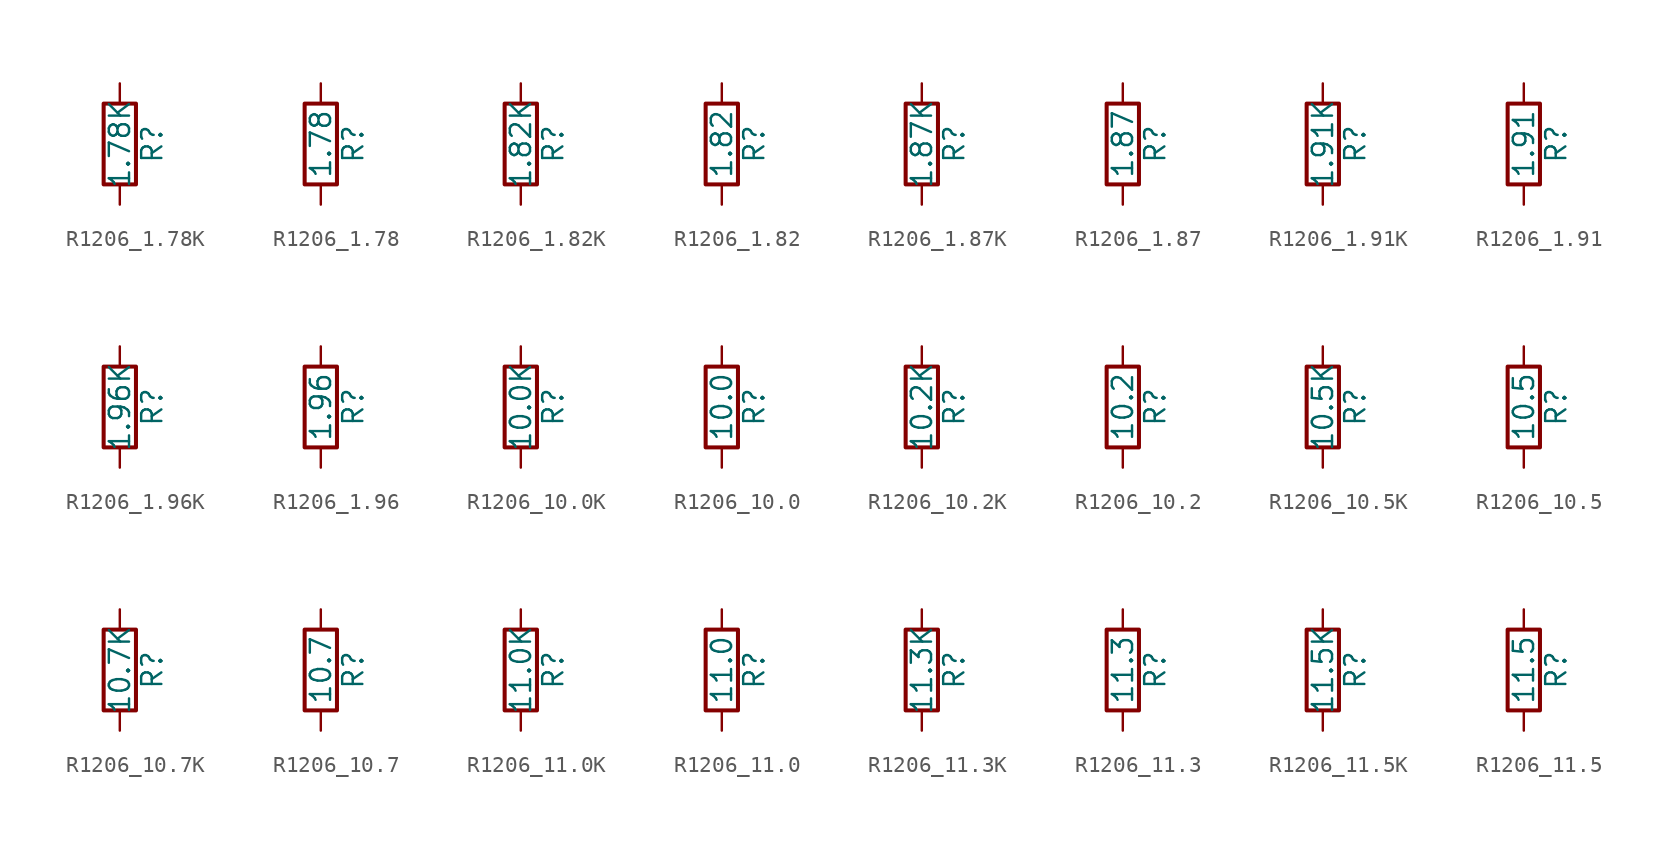
<source format=kicad_sym>
(kicad_symbol_lib
  (version 20211014)
  (generator atlantix-eda)
  (symbol "R1206_1.78K"
    (pin_numbers hide)
    (pin_names
      (offset 0))
    (property "Reference" "R"
      (at 2.032 0 90)
      (effects (font (size 1.27 1.27))))
    (property "Value" "1.78K"
      (at 0 0 90)
      (effects (font (size 1.27 1.27))))
    (symbol "R1206_1.78K_0_1"
      (rectangle (start -1.016 -2.54) (end 1.016 2.54) (stroke (width 0.254) (type default) (color 0 0 0 0)) (fill (type none))))
    (symbol "R1206_1.78K_1_1"
      (pin passive line (at 0 3.81 270) (length 1.27) (name "~" (effects (font (size 1.27 1.27)))) (number "1" (effects (font (size 1.27 1.27)))))
      (pin passive line (at 0 -3.81 90) (length 1.27) (name "~" (effects (font (size 1.27 1.27)))) (number "2" (effects (font (size 1.27 1.27)))))))
  (symbol "R1206_1.78"
    (pin_numbers hide)
    (pin_names
      (offset 0))
    (property "Reference" "R"
      (at 2.032 0 90)
      (effects (font (size 1.27 1.27))))
    (property "Value" "1.78"
      (at 0 0 90)
      (effects (font (size 1.27 1.27))))
    (symbol "R1206_1.78_0_1"
      (rectangle (start -1.016 -2.54) (end 1.016 2.54) (stroke (width 0.254) (type default) (color 0 0 0 0)) (fill (type none))))
    (symbol "R1206_1.78_1_1"
      (pin passive line (at 0 3.81 270) (length 1.27) (name "~" (effects (font (size 1.27 1.27)))) (number "1" (effects (font (size 1.27 1.27)))))
      (pin passive line (at 0 -3.81 90) (length 1.27) (name "~" (effects (font (size 1.27 1.27)))) (number "2" (effects (font (size 1.27 1.27)))))))
  (symbol "R1206_1.82K"
    (pin_numbers hide)
    (pin_names
      (offset 0))
    (property "Reference" "R"
      (at 2.032 0 90)
      (effects (font (size 1.27 1.27))))
    (property "Value" "1.82K"
      (at 0 0 90)
      (effects (font (size 1.27 1.27))))
    (symbol "R1206_1.82K_0_1"
      (rectangle (start -1.016 -2.54) (end 1.016 2.54) (stroke (width 0.254) (type default) (color 0 0 0 0)) (fill (type none))))
    (symbol "R1206_1.82K_1_1"
      (pin passive line (at 0 3.81 270) (length 1.27) (name "~" (effects (font (size 1.27 1.27)))) (number "1" (effects (font (size 1.27 1.27)))))
      (pin passive line (at 0 -3.81 90) (length 1.27) (name "~" (effects (font (size 1.27 1.27)))) (number "2" (effects (font (size 1.27 1.27)))))))
  (symbol "R1206_1.82"
    (pin_numbers hide)
    (pin_names
      (offset 0))
    (property "Reference" "R"
      (at 2.032 0 90)
      (effects (font (size 1.27 1.27))))
    (property "Value" "1.82"
      (at 0 0 90)
      (effects (font (size 1.27 1.27))))
    (symbol "R1206_1.82_0_1"
      (rectangle (start -1.016 -2.54) (end 1.016 2.54) (stroke (width 0.254) (type default) (color 0 0 0 0)) (fill (type none))))
    (symbol "R1206_1.82_1_1"
      (pin passive line (at 0 3.81 270) (length 1.27) (name "~" (effects (font (size 1.27 1.27)))) (number "1" (effects (font (size 1.27 1.27)))))
      (pin passive line (at 0 -3.81 90) (length 1.27) (name "~" (effects (font (size 1.27 1.27)))) (number "2" (effects (font (size 1.27 1.27)))))))
  (symbol "R1206_1.87K"
    (pin_numbers hide)
    (pin_names
      (offset 0))
    (property "Reference" "R"
      (at 2.032 0 90)
      (effects (font (size 1.27 1.27))))
    (property "Value" "1.87K"
      (at 0 0 90)
      (effects (font (size 1.27 1.27))))
    (symbol "R1206_1.87K_0_1"
      (rectangle (start -1.016 -2.54) (end 1.016 2.54) (stroke (width 0.254) (type default) (color 0 0 0 0)) (fill (type none))))
    (symbol "R1206_1.87K_1_1"
      (pin passive line (at 0 3.81 270) (length 1.27) (name "~" (effects (font (size 1.27 1.27)))) (number "1" (effects (font (size 1.27 1.27)))))
      (pin passive line (at 0 -3.81 90) (length 1.27) (name "~" (effects (font (size 1.27 1.27)))) (number "2" (effects (font (size 1.27 1.27)))))))
  (symbol "R1206_1.87"
    (pin_numbers hide)
    (pin_names
      (offset 0))
    (property "Reference" "R"
      (at 2.032 0 90)
      (effects (font (size 1.27 1.27))))
    (property "Value" "1.87"
      (at 0 0 90)
      (effects (font (size 1.27 1.27))))
    (symbol "R1206_1.87_0_1"
      (rectangle (start -1.016 -2.54) (end 1.016 2.54) (stroke (width 0.254) (type default) (color 0 0 0 0)) (fill (type none))))
    (symbol "R1206_1.87_1_1"
      (pin passive line (at 0 3.81 270) (length 1.27) (name "~" (effects (font (size 1.27 1.27)))) (number "1" (effects (font (size 1.27 1.27)))))
      (pin passive line (at 0 -3.81 90) (length 1.27) (name "~" (effects (font (size 1.27 1.27)))) (number "2" (effects (font (size 1.27 1.27)))))))
  (symbol "R1206_1.91K"
    (pin_numbers hide)
    (pin_names
      (offset 0))
    (property "Reference" "R"
      (at 2.032 0 90)
      (effects (font (size 1.27 1.27))))
    (property "Value" "1.91K"
      (at 0 0 90)
      (effects (font (size 1.27 1.27))))
    (symbol "R1206_1.91K_0_1"
      (rectangle (start -1.016 -2.54) (end 1.016 2.54) (stroke (width 0.254) (type default) (color 0 0 0 0)) (fill (type none))))
    (symbol "R1206_1.91K_1_1"
      (pin passive line (at 0 3.81 270) (length 1.27) (name "~" (effects (font (size 1.27 1.27)))) (number "1" (effects (font (size 1.27 1.27)))))
      (pin passive line (at 0 -3.81 90) (length 1.27) (name "~" (effects (font (size 1.27 1.27)))) (number "2" (effects (font (size 1.27 1.27)))))))
  (symbol "R1206_1.91"
    (pin_numbers hide)
    (pin_names
      (offset 0))
    (property "Reference" "R"
      (at 2.032 0 90)
      (effects (font (size 1.27 1.27))))
    (property "Value" "1.91"
      (at 0 0 90)
      (effects (font (size 1.27 1.27))))
    (symbol "R1206_1.91_0_1"
      (rectangle (start -1.016 -2.54) (end 1.016 2.54) (stroke (width 0.254) (type default) (color 0 0 0 0)) (fill (type none))))
    (symbol "R1206_1.91_1_1"
      (pin passive line (at 0 3.81 270) (length 1.27) (name "~" (effects (font (size 1.27 1.27)))) (number "1" (effects (font (size 1.27 1.27)))))
      (pin passive line (at 0 -3.81 90) (length 1.27) (name "~" (effects (font (size 1.27 1.27)))) (number "2" (effects (font (size 1.27 1.27)))))))
  (symbol "R1206_1.96K"
    (pin_numbers hide)
    (pin_names
      (offset 0))
    (property "Reference" "R"
      (at 2.032 0 90)
      (effects (font (size 1.27 1.27))))
    (property "Value" "1.96K"
      (at 0 0 90)
      (effects (font (size 1.27 1.27))))
    (symbol "R1206_1.96K_0_1"
      (rectangle (start -1.016 -2.54) (end 1.016 2.54) (stroke (width 0.254) (type default) (color 0 0 0 0)) (fill (type none))))
    (symbol "R1206_1.96K_1_1"
      (pin passive line (at 0 3.81 270) (length 1.27) (name "~" (effects (font (size 1.27 1.27)))) (number "1" (effects (font (size 1.27 1.27)))))
      (pin passive line (at 0 -3.81 90) (length 1.27) (name "~" (effects (font (size 1.27 1.27)))) (number "2" (effects (font (size 1.27 1.27)))))))
  (symbol "R1206_1.96"
    (pin_numbers hide)
    (pin_names
      (offset 0))
    (property "Reference" "R"
      (at 2.032 0 90)
      (effects (font (size 1.27 1.27))))
    (property "Value" "1.96"
      (at 0 0 90)
      (effects (font (size 1.27 1.27))))
    (symbol "R1206_1.96_0_1"
      (rectangle (start -1.016 -2.54) (end 1.016 2.54) (stroke (width 0.254) (type default) (color 0 0 0 0)) (fill (type none))))
    (symbol "R1206_1.96_1_1"
      (pin passive line (at 0 3.81 270) (length 1.27) (name "~" (effects (font (size 1.27 1.27)))) (number "1" (effects (font (size 1.27 1.27)))))
      (pin passive line (at 0 -3.81 90) (length 1.27) (name "~" (effects (font (size 1.27 1.27)))) (number "2" (effects (font (size 1.27 1.27)))))))
  (symbol "R1206_10.0K"
    (pin_numbers hide)
    (pin_names
      (offset 0))
    (property "Reference" "R"
      (at 2.032 0 90)
      (effects (font (size 1.27 1.27))))
    (property "Value" "10.0K"
      (at 0 0 90)
      (effects (font (size 1.27 1.27))))
    (symbol "R1206_10.0K_0_1"
      (rectangle (start -1.016 -2.54) (end 1.016 2.54) (stroke (width 0.254) (type default) (color 0 0 0 0)) (fill (type none))))
    (symbol "R1206_10.0K_1_1"
      (pin passive line (at 0 3.81 270) (length 1.27) (name "~" (effects (font (size 1.27 1.27)))) (number "1" (effects (font (size 1.27 1.27)))))
      (pin passive line (at 0 -3.81 90) (length 1.27) (name "~" (effects (font (size 1.27 1.27)))) (number "2" (effects (font (size 1.27 1.27)))))))
  (symbol "R1206_10.0"
    (pin_numbers hide)
    (pin_names
      (offset 0))
    (property "Reference" "R"
      (at 2.032 0 90)
      (effects (font (size 1.27 1.27))))
    (property "Value" "10.0"
      (at 0 0 90)
      (effects (font (size 1.27 1.27))))
    (symbol "R1206_10.0_0_1"
      (rectangle (start -1.016 -2.54) (end 1.016 2.54) (stroke (width 0.254) (type default) (color 0 0 0 0)) (fill (type none))))
    (symbol "R1206_10.0_1_1"
      (pin passive line (at 0 3.81 270) (length 1.27) (name "~" (effects (font (size 1.27 1.27)))) (number "1" (effects (font (size 1.27 1.27)))))
      (pin passive line (at 0 -3.81 90) (length 1.27) (name "~" (effects (font (size 1.27 1.27)))) (number "2" (effects (font (size 1.27 1.27)))))))
  (symbol "R1206_10.2K"
    (pin_numbers hide)
    (pin_names
      (offset 0))
    (property "Reference" "R"
      (at 2.032 0 90)
      (effects (font (size 1.27 1.27))))
    (property "Value" "10.2K"
      (at 0 0 90)
      (effects (font (size 1.27 1.27))))
    (symbol "R1206_10.2K_0_1"
      (rectangle (start -1.016 -2.54) (end 1.016 2.54) (stroke (width 0.254) (type default) (color 0 0 0 0)) (fill (type none))))
    (symbol "R1206_10.2K_1_1"
      (pin passive line (at 0 3.81 270) (length 1.27) (name "~" (effects (font (size 1.27 1.27)))) (number "1" (effects (font (size 1.27 1.27)))))
      (pin passive line (at 0 -3.81 90) (length 1.27) (name "~" (effects (font (size 1.27 1.27)))) (number "2" (effects (font (size 1.27 1.27)))))))
  (symbol "R1206_10.2"
    (pin_numbers hide)
    (pin_names
      (offset 0))
    (property "Reference" "R"
      (at 2.032 0 90)
      (effects (font (size 1.27 1.27))))
    (property "Value" "10.2"
      (at 0 0 90)
      (effects (font (size 1.27 1.27))))
    (symbol "R1206_10.2_0_1"
      (rectangle (start -1.016 -2.54) (end 1.016 2.54) (stroke (width 0.254) (type default) (color 0 0 0 0)) (fill (type none))))
    (symbol "R1206_10.2_1_1"
      (pin passive line (at 0 3.81 270) (length 1.27) (name "~" (effects (font (size 1.27 1.27)))) (number "1" (effects (font (size 1.27 1.27)))))
      (pin passive line (at 0 -3.81 90) (length 1.27) (name "~" (effects (font (size 1.27 1.27)))) (number "2" (effects (font (size 1.27 1.27)))))))
  (symbol "R1206_10.5K"
    (pin_numbers hide)
    (pin_names
      (offset 0))
    (property "Reference" "R"
      (at 2.032 0 90)
      (effects (font (size 1.27 1.27))))
    (property "Value" "10.5K"
      (at 0 0 90)
      (effects (font (size 1.27 1.27))))
    (symbol "R1206_10.5K_0_1"
      (rectangle (start -1.016 -2.54) (end 1.016 2.54) (stroke (width 0.254) (type default) (color 0 0 0 0)) (fill (type none))))
    (symbol "R1206_10.5K_1_1"
      (pin passive line (at 0 3.81 270) (length 1.27) (name "~" (effects (font (size 1.27 1.27)))) (number "1" (effects (font (size 1.27 1.27)))))
      (pin passive line (at 0 -3.81 90) (length 1.27) (name "~" (effects (font (size 1.27 1.27)))) (number "2" (effects (font (size 1.27 1.27)))))))
  (symbol "R1206_10.5"
    (pin_numbers hide)
    (pin_names
      (offset 0))
    (property "Reference" "R"
      (at 2.032 0 90)
      (effects (font (size 1.27 1.27))))
    (property "Value" "10.5"
      (at 0 0 90)
      (effects (font (size 1.27 1.27))))
    (symbol "R1206_10.5_0_1"
      (rectangle (start -1.016 -2.54) (end 1.016 2.54) (stroke (width 0.254) (type default) (color 0 0 0 0)) (fill (type none))))
    (symbol "R1206_10.5_1_1"
      (pin passive line (at 0 3.81 270) (length 1.27) (name "~" (effects (font (size 1.27 1.27)))) (number "1" (effects (font (size 1.27 1.27)))))
      (pin passive line (at 0 -3.81 90) (length 1.27) (name "~" (effects (font (size 1.27 1.27)))) (number "2" (effects (font (size 1.27 1.27)))))))
  (symbol "R1206_10.7K"
    (pin_numbers hide)
    (pin_names
      (offset 0))
    (property "Reference" "R"
      (at 2.032 0 90)
      (effects (font (size 1.27 1.27))))
    (property "Value" "10.7K"
      (at 0 0 90)
      (effects (font (size 1.27 1.27))))
    (symbol "R1206_10.7K_0_1"
      (rectangle (start -1.016 -2.54) (end 1.016 2.54) (stroke (width 0.254) (type default) (color 0 0 0 0)) (fill (type none))))
    (symbol "R1206_10.7K_1_1"
      (pin passive line (at 0 3.81 270) (length 1.27) (name "~" (effects (font (size 1.27 1.27)))) (number "1" (effects (font (size 1.27 1.27)))))
      (pin passive line (at 0 -3.81 90) (length 1.27) (name "~" (effects (font (size 1.27 1.27)))) (number "2" (effects (font (size 1.27 1.27)))))))
  (symbol "R1206_10.7"
    (pin_numbers hide)
    (pin_names
      (offset 0))
    (property "Reference" "R"
      (at 2.032 0 90)
      (effects (font (size 1.27 1.27))))
    (property "Value" "10.7"
      (at 0 0 90)
      (effects (font (size 1.27 1.27))))
    (symbol "R1206_10.7_0_1"
      (rectangle (start -1.016 -2.54) (end 1.016 2.54) (stroke (width 0.254) (type default) (color 0 0 0 0)) (fill (type none))))
    (symbol "R1206_10.7_1_1"
      (pin passive line (at 0 3.81 270) (length 1.27) (name "~" (effects (font (size 1.27 1.27)))) (number "1" (effects (font (size 1.27 1.27)))))
      (pin passive line (at 0 -3.81 90) (length 1.27) (name "~" (effects (font (size 1.27 1.27)))) (number "2" (effects (font (size 1.27 1.27)))))))
  (symbol "R1206_11.0K"
    (pin_numbers hide)
    (pin_names
      (offset 0))
    (property "Reference" "R"
      (at 2.032 0 90)
      (effects (font (size 1.27 1.27))))
    (property "Value" "11.0K"
      (at 0 0 90)
      (effects (font (size 1.27 1.27))))
    (symbol "R1206_11.0K_0_1"
      (rectangle (start -1.016 -2.54) (end 1.016 2.54) (stroke (width 0.254) (type default) (color 0 0 0 0)) (fill (type none))))
    (symbol "R1206_11.0K_1_1"
      (pin passive line (at 0 3.81 270) (length 1.27) (name "~" (effects (font (size 1.27 1.27)))) (number "1" (effects (font (size 1.27 1.27)))))
      (pin passive line (at 0 -3.81 90) (length 1.27) (name "~" (effects (font (size 1.27 1.27)))) (number "2" (effects (font (size 1.27 1.27)))))))
  (symbol "R1206_11.0"
    (pin_numbers hide)
    (pin_names
      (offset 0))
    (property "Reference" "R"
      (at 2.032 0 90)
      (effects (font (size 1.27 1.27))))
    (property "Value" "11.0"
      (at 0 0 90)
      (effects (font (size 1.27 1.27))))
    (symbol "R1206_11.0_0_1"
      (rectangle (start -1.016 -2.54) (end 1.016 2.54) (stroke (width 0.254) (type default) (color 0 0 0 0)) (fill (type none))))
    (symbol "R1206_11.0_1_1"
      (pin passive line (at 0 3.81 270) (length 1.27) (name "~" (effects (font (size 1.27 1.27)))) (number "1" (effects (font (size 1.27 1.27)))))
      (pin passive line (at 0 -3.81 90) (length 1.27) (name "~" (effects (font (size 1.27 1.27)))) (number "2" (effects (font (size 1.27 1.27)))))))
  (symbol "R1206_11.3K"
    (pin_numbers hide)
    (pin_names
      (offset 0))
    (property "Reference" "R"
      (at 2.032 0 90)
      (effects (font (size 1.27 1.27))))
    (property "Value" "11.3K"
      (at 0 0 90)
      (effects (font (size 1.27 1.27))))
    (symbol "R1206_11.3K_0_1"
      (rectangle (start -1.016 -2.54) (end 1.016 2.54) (stroke (width 0.254) (type default) (color 0 0 0 0)) (fill (type none))))
    (symbol "R1206_11.3K_1_1"
      (pin passive line (at 0 3.81 270) (length 1.27) (name "~" (effects (font (size 1.27 1.27)))) (number "1" (effects (font (size 1.27 1.27)))))
      (pin passive line (at 0 -3.81 90) (length 1.27) (name "~" (effects (font (size 1.27 1.27)))) (number "2" (effects (font (size 1.27 1.27)))))))
  (symbol "R1206_11.3"
    (pin_numbers hide)
    (pin_names
      (offset 0))
    (property "Reference" "R"
      (at 2.032 0 90)
      (effects (font (size 1.27 1.27))))
    (property "Value" "11.3"
      (at 0 0 90)
      (effects (font (size 1.27 1.27))))
    (symbol "R1206_11.3_0_1"
      (rectangle (start -1.016 -2.54) (end 1.016 2.54) (stroke (width 0.254) (type default) (color 0 0 0 0)) (fill (type none))))
    (symbol "R1206_11.3_1_1"
      (pin passive line (at 0 3.81 270) (length 1.27) (name "~" (effects (font (size 1.27 1.27)))) (number "1" (effects (font (size 1.27 1.27)))))
      (pin passive line (at 0 -3.81 90) (length 1.27) (name "~" (effects (font (size 1.27 1.27)))) (number "2" (effects (font (size 1.27 1.27)))))))
  (symbol "R1206_11.5K"
    (pin_numbers hide)
    (pin_names
      (offset 0))
    (property "Reference" "R"
      (at 2.032 0 90)
      (effects (font (size 1.27 1.27))))
    (property "Value" "11.5K"
      (at 0 0 90)
      (effects (font (size 1.27 1.27))))
    (symbol "R1206_11.5K_0_1"
      (rectangle (start -1.016 -2.54) (end 1.016 2.54) (stroke (width 0.254) (type default) (color 0 0 0 0)) (fill (type none))))
    (symbol "R1206_11.5K_1_1"
      (pin passive line (at 0 3.81 270) (length 1.27) (name "~" (effects (font (size 1.27 1.27)))) (number "1" (effects (font (size 1.27 1.27)))))
      (pin passive line (at 0 -3.81 90) (length 1.27) (name "~" (effects (font (size 1.27 1.27)))) (number "2" (effects (font (size 1.27 1.27)))))))
  (symbol "R1206_11.5"
    (pin_numbers hide)
    (pin_names
      (offset 0))
    (property "Reference" "R"
      (at 2.032 0 90)
      (effects (font (size 1.27 1.27))))
    (property "Value" "11.5"
      (at 0 0 90)
      (effects (font (size 1.27 1.27))))
    (symbol "R1206_11.5_0_1"
      (rectangle (start -1.016 -2.54) (end 1.016 2.54) (stroke (width 0.254) (type default) (color 0 0 0 0)) (fill (type none))))
    (symbol "R1206_11.5_1_1"
      (pin passive line (at 0 3.81 270) (length 1.27) (name "~" (effects (font (size 1.27 1.27)))) (number "1" (effects (font (size 1.27 1.27)))))
      (pin passive line (at 0 -3.81 90) (length 1.27) (name "~" (effects (font (size 1.27 1.27)))) (number "2" (effects (font (size 1.27 1.27))))))))
</source>
